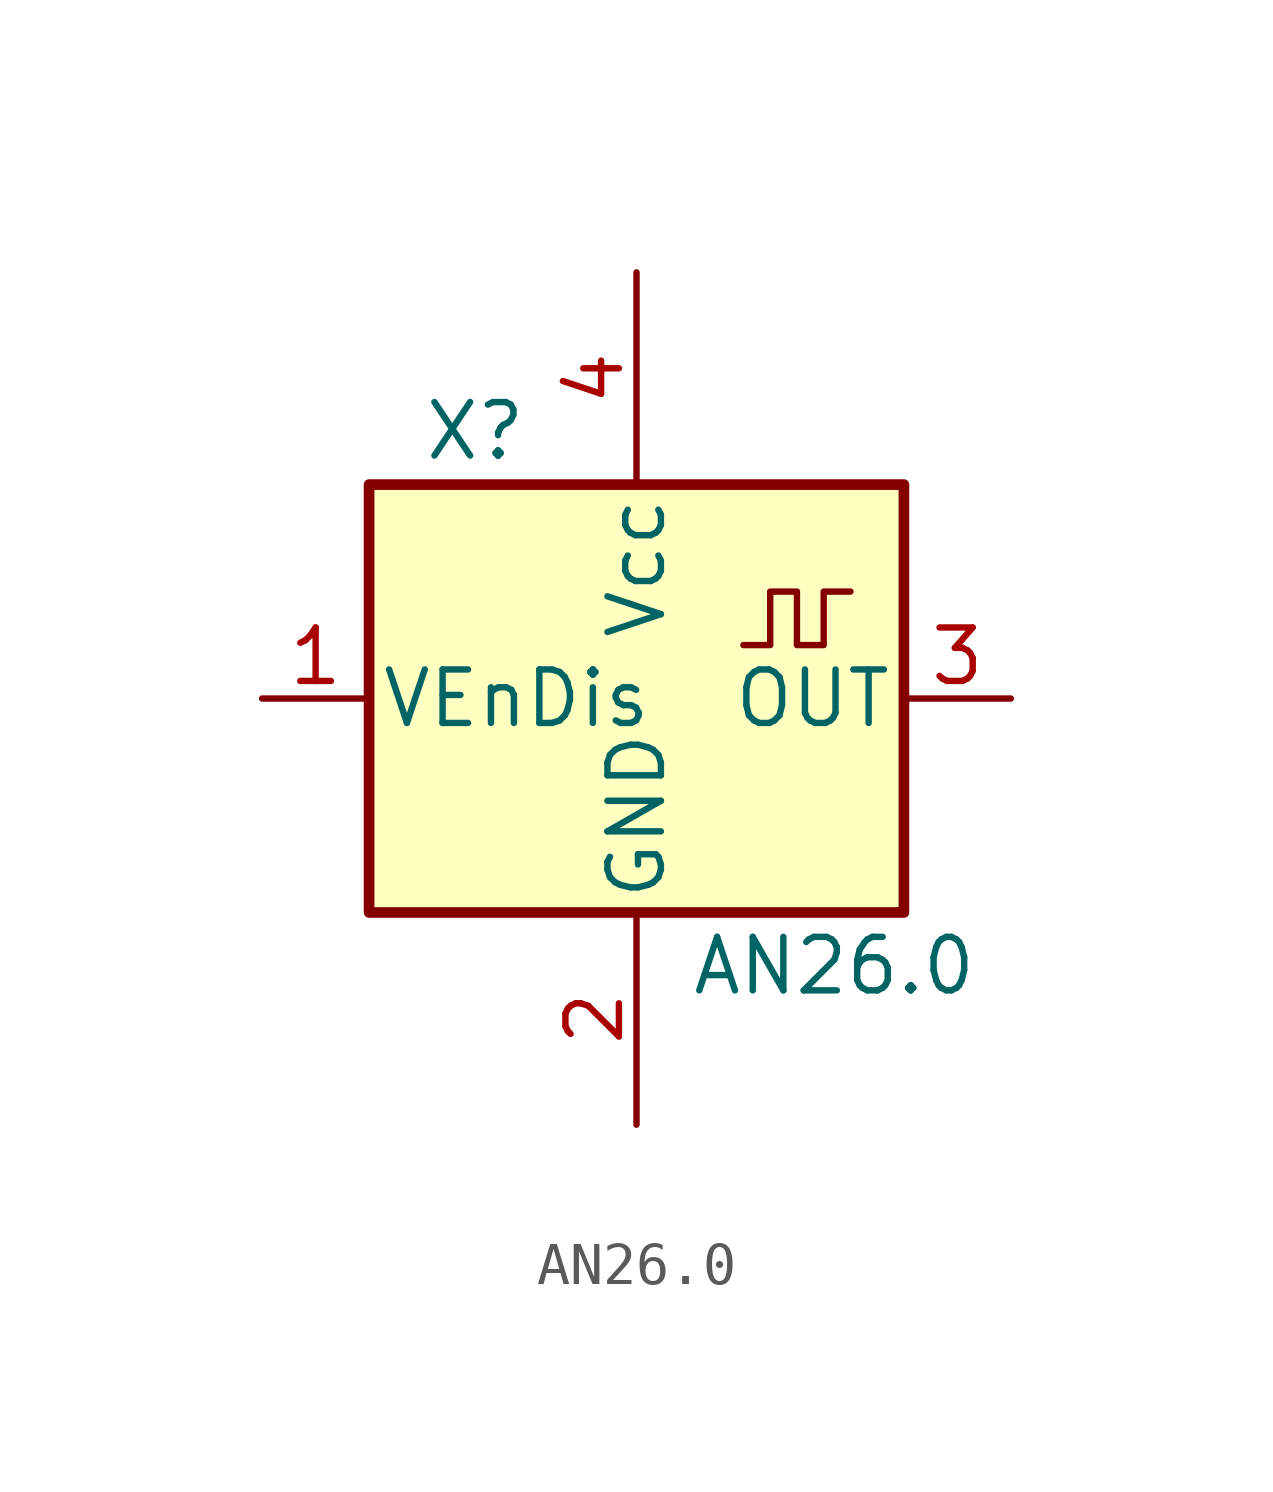
<source format=kicad_sym>
(kicad_symbol_lib
  (version 20220914)
  (generator kicad_symbol_editor)
  (symbol "AN26.0"
    (pin_names
      (offset 0.254))
    (property "Reference" "X"
      (at -5.08 6.35 0)
      (effects (font (size 1.27 1.27)) (justify left)))
    (property "Value" "AN26.0"
      (at 1.27 -6.35 0)
      (effects (font (size 1.27 1.27)) (justify left)))
    (symbol "AN26.0_0_1"
      (rectangle (start -6.35 5.08) (end 6.35 -5.08) (stroke (width 0.254) (type default)) (fill (type background)))
      (polyline (pts (xy 2.54 1.27) (xy 3.175 1.27) (xy 3.175 2.54) (xy 3.81 2.54) (xy 3.81 1.27) (xy 4.445 1.27) (xy 4.445 2.54) (xy 5.08 2.54)) (stroke (width 0) (type default)) (fill (type none))))
    (symbol "AN26.0_1_1"
      (pin input line (at -8.89 0 0) (length 2.54) (name "VEnDis" (effects (font (size 1.27 1.27)))) (number "1" (effects (font (size 1.27 1.27)))))
      (pin power_in line (at 0 -10.12 90) (length 5.04) (name "GND" (effects (font (size 1.27 1.27)))) (number "2" (effects (font (size 1.27 1.27)))))
      (pin output line (at 8.89 0 180) (length 2.54) (name "OUT" (effects (font (size 1.27 1.27)))) (number "3" (effects (font (size 1.27 1.27)))))
      (pin power_in line (at 0 10.12 270) (length 5.04) (name "Vcc" (effects (font (size 1.27 1.27)))) (number "4" (effects (font (size 1.27 1.27))))))))
</source>
